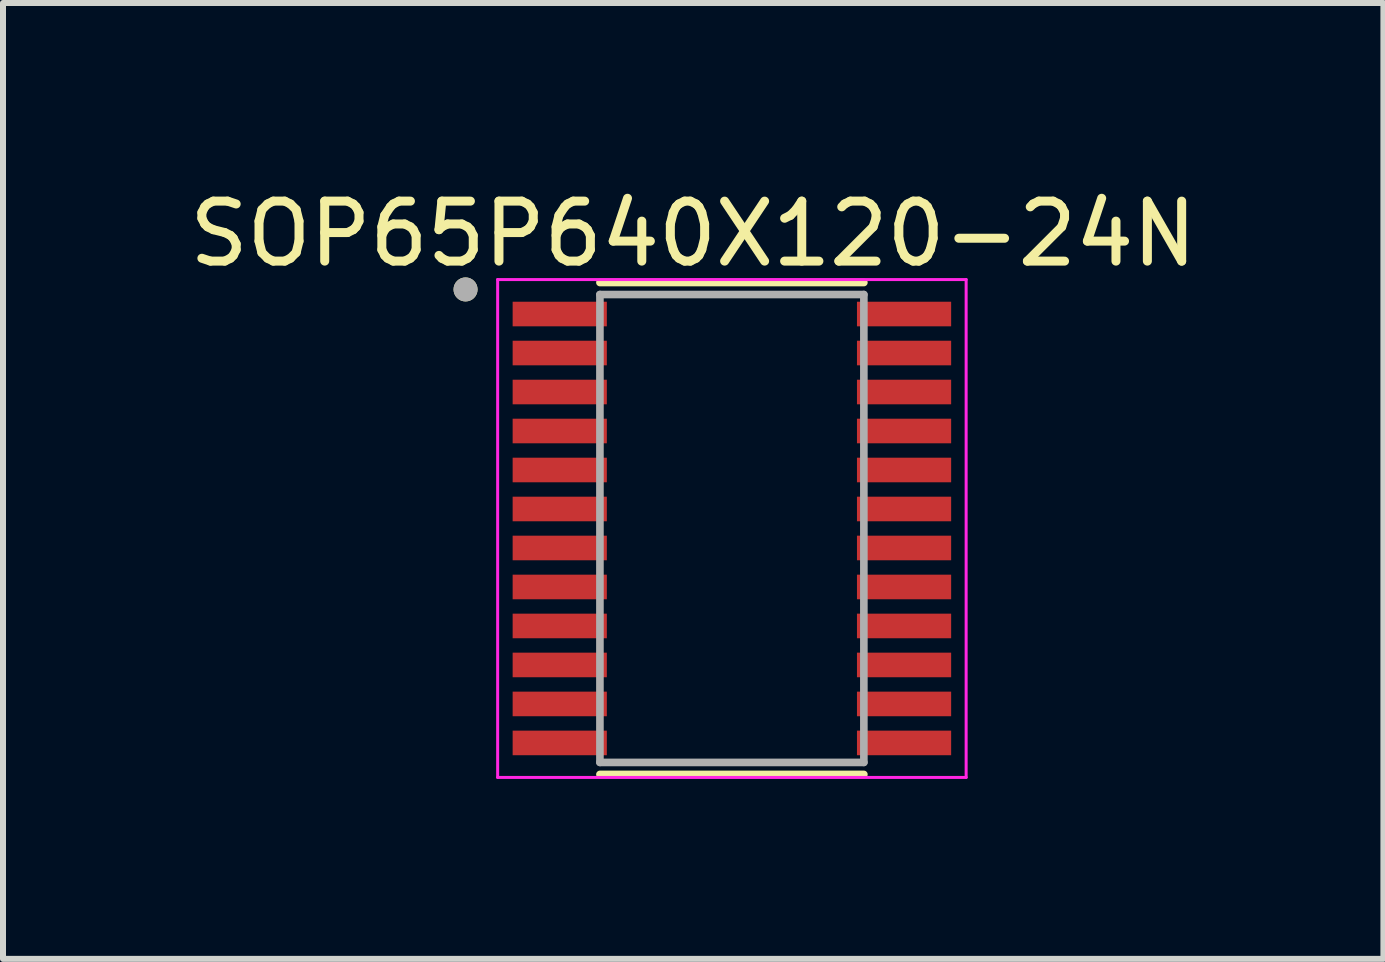
<source format=kicad_pcb>
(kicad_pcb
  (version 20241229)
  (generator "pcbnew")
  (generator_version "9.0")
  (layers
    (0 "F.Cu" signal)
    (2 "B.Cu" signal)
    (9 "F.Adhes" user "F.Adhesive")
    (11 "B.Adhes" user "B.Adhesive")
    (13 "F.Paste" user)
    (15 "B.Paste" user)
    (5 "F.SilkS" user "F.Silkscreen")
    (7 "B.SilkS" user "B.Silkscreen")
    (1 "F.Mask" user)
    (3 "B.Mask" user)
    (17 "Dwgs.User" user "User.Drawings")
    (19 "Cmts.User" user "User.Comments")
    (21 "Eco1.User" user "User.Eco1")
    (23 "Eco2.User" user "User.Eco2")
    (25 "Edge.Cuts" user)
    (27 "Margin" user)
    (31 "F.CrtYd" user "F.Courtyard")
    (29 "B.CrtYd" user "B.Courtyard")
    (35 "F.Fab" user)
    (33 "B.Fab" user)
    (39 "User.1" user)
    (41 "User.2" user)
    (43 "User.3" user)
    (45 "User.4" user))
  (footprint "SOP65P640X120-24N"
    (layer "F.Cu")
    (at 9.151 5.76)
    (property "Reference" "SOP65P640X120-24N" (at -0.645 -4.912 0) (layer "F.SilkS") (effects (font (size 1 1) (thickness 0.15))))
    (attr through_hole)
    (fp_line (start -2.2 -4.1) (end 2.2 -4.1) (stroke (width 0.127) (type solid)) (layer "F.SilkS"))
    (fp_line (start -2.2 4.1) (end 2.2 4.1) (stroke (width 0.127) (type solid)) (layer "F.SilkS"))
    (fp_circle (center -4.44 -3.985) (end -4.34 -3.985) (stroke (width 0.2) (type solid)) (fill no) (layer "F.SilkS"))
    (fp_line (start -3.905 -4.15) (end -3.905 4.15) (stroke (width 0.05) (type solid)) (layer "F.CrtYd"))
    (fp_line (start -3.905 -4.15) (end 3.905 -4.15) (stroke (width 0.05) (type solid)) (layer "F.CrtYd"))
    (fp_line (start -3.905 4.15) (end 3.905 4.15) (stroke (width 0.05) (type solid)) (layer "F.CrtYd"))
    (fp_line (start 3.905 -4.15) (end 3.905 4.15) (stroke (width 0.05) (type solid)) (layer "F.CrtYd"))
    (fp_line (start -2.2 -3.9) (end -2.2 3.9) (stroke (width 0.127) (type solid)) (layer "F.Fab"))
    (fp_line (start -2.2 -3.9) (end 2.2 -3.9) (stroke (width 0.127) (type solid)) (layer "F.Fab"))
    (fp_line (start -2.2 3.9) (end 2.2 3.9) (stroke (width 0.127) (type solid)) (layer "F.Fab"))
    (fp_line (start 2.2 -3.9) (end 2.2 3.9) (stroke (width 0.127) (type solid)) (layer "F.Fab"))
    (fp_circle (center -4.44 -3.985) (end -4.34 -3.985) (stroke (width 0.2) (type solid)) (fill no) (layer "F.Fab"))
    (pad "1" smd rect (at -2.87 -3.575) (size 1.57 0.41) (layers "F.Cu" "F.Mask" "F.Paste"))
    (pad "2" smd rect (at -2.87 -2.925) (size 1.57 0.41) (layers "F.Cu" "F.Mask" "F.Paste"))
    (pad "3" smd rect (at -2.87 -2.275) (size 1.57 0.41) (layers "F.Cu" "F.Mask" "F.Paste"))
    (pad "4" smd rect (at -2.87 -1.625) (size 1.57 0.41) (layers "F.Cu" "F.Mask" "F.Paste"))
    (pad "5" smd rect (at -2.87 -0.975) (size 1.57 0.41) (layers "F.Cu" "F.Mask" "F.Paste"))
    (pad "6" smd rect (at -2.87 -0.325) (size 1.57 0.41) (layers "F.Cu" "F.Mask" "F.Paste"))
    (pad "7" smd rect (at -2.87 0.325) (size 1.57 0.41) (layers "F.Cu" "F.Mask" "F.Paste"))
    (pad "8" smd rect (at -2.87 0.975) (size 1.57 0.41) (layers "F.Cu" "F.Mask" "F.Paste"))
    (pad "9" smd rect (at -2.87 1.625) (size 1.57 0.41) (layers "F.Cu" "F.Mask" "F.Paste"))
    (pad "10" smd rect (at -2.87 2.275) (size 1.57 0.41) (layers "F.Cu" "F.Mask" "F.Paste"))
    (pad "11" smd rect (at -2.87 2.925) (size 1.57 0.41) (layers "F.Cu" "F.Mask" "F.Paste"))
    (pad "12" smd rect (at -2.87 3.575) (size 1.57 0.41) (layers "F.Cu" "F.Mask" "F.Paste"))
    (pad "13" smd rect (at 2.87 3.575) (size 1.57 0.41) (layers "F.Cu" "F.Mask" "F.Paste"))
    (pad "14" smd rect (at 2.87 2.925) (size 1.57 0.41) (layers "F.Cu" "F.Mask" "F.Paste"))
    (pad "15" smd rect (at 2.87 2.275) (size 1.57 0.41) (layers "F.Cu" "F.Mask" "F.Paste"))
    (pad "16" smd rect (at 2.87 1.625) (size 1.57 0.41) (layers "F.Cu" "F.Mask" "F.Paste"))
    (pad "17" smd rect (at 2.87 0.975) (size 1.57 0.41) (layers "F.Cu" "F.Mask" "F.Paste"))
    (pad "18" smd rect (at 2.87 0.325) (size 1.57 0.41) (layers "F.Cu" "F.Mask" "F.Paste"))
    (pad "19" smd rect (at 2.87 -0.325) (size 1.57 0.41) (layers "F.Cu" "F.Mask" "F.Paste"))
    (pad "20" smd rect (at 2.87 -0.975) (size 1.57 0.41) (layers "F.Cu" "F.Mask" "F.Paste"))
    (pad "21" smd rect (at 2.87 -1.625) (size 1.57 0.41) (layers "F.Cu" "F.Mask" "F.Paste"))
    (pad "22" smd rect (at 2.87 -2.275) (size 1.57 0.41) (layers "F.Cu" "F.Mask" "F.Paste"))
    (pad "23" smd rect (at 2.87 -2.925) (size 1.57 0.41) (layers "F.Cu" "F.Mask" "F.Paste"))
    (pad "24" smd rect (at 2.87 -3.575) (size 1.57 0.41) (layers "F.Cu" "F.Mask" "F.Paste")))
  (gr_rect
    (start -3 -3)
    (end 20.012 12.935)
    (stroke (width 0.1) (type default))
    (fill no)
    (layer "Edge.Cuts")))
</source>
